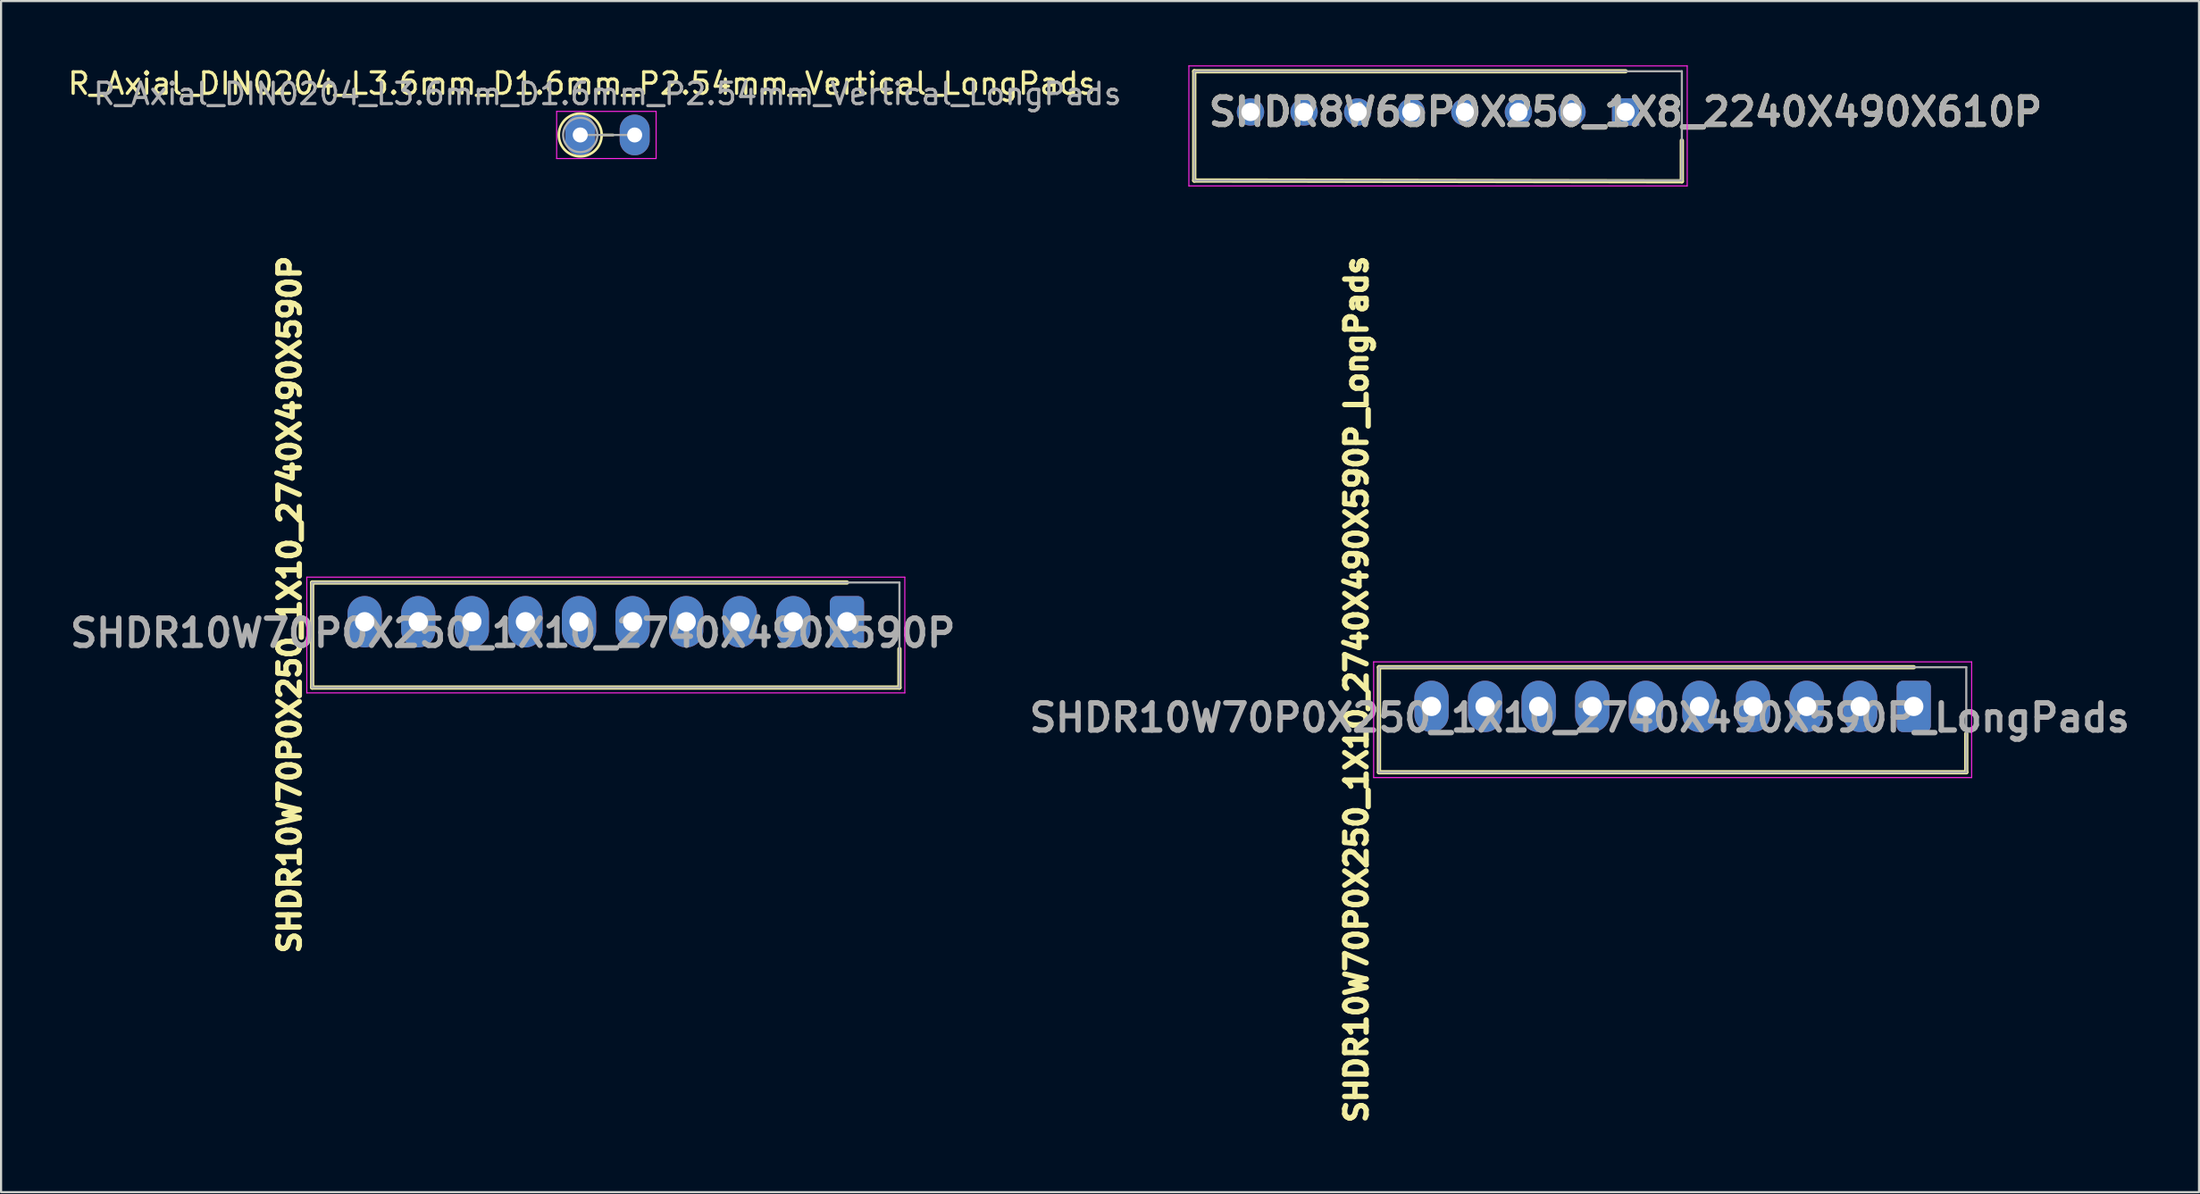
<source format=kicad_pcb>
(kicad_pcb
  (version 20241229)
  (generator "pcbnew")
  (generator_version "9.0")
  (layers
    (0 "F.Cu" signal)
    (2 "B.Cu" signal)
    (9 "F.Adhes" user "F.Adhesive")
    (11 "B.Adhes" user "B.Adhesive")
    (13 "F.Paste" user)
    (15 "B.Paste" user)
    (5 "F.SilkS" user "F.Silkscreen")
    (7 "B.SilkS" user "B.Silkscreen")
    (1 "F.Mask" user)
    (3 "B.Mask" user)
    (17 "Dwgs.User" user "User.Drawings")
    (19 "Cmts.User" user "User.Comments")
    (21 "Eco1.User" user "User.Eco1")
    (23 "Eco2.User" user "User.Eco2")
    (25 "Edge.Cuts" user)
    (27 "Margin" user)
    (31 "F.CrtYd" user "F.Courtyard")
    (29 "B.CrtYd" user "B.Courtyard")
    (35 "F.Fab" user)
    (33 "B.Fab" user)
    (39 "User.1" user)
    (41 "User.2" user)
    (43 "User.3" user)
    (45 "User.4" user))
  (footprint "SHDR10W70P0X250_1X10_2740X490X590P"
    (layer "F.Cu")
    (at 13.964 25.963)
    (property "Reference" "SHDR10W70P0X250_1X10_2740X490X590P" (at -3.5 -0.8 90) (layer "F.SilkS") (effects (font (size 1 1) (thickness 0.25))))
    (attr through_hole)
    (fp_line (start -2.45 -1.83) (end -2.45 3.07) (stroke (width 0.2) (type solid)) (layer "F.SilkS"))
    (fp_line (start -2.45 3.07) (end 24.95 3.07) (stroke (width 0.2) (type solid)) (layer "F.SilkS"))
    (fp_line (start 22.5 -1.83) (end -2.45 -1.83) (stroke (width 0.2) (type solid)) (layer "F.SilkS"))
    (fp_line (start 24.95 3.07) (end 24.95 1.27) (stroke (width 0.2) (type solid)) (layer "F.SilkS"))
    (fp_line (start -2.7 -2.08) (end 25.2 -2.08) (stroke (width 0.05) (type solid)) (layer "F.CrtYd"))
    (fp_line (start -2.7 3.32) (end -2.7 -2.08) (stroke (width 0.05) (type solid)) (layer "F.CrtYd"))
    (fp_line (start 25.2 -2.08) (end 25.2 3.32) (stroke (width 0.05) (type solid)) (layer "F.CrtYd"))
    (fp_line (start 25.2 3.32) (end -2.7 3.32) (stroke (width 0.05) (type solid)) (layer "F.CrtYd"))
    (fp_line (start -2.45 -1.83) (end 24.95 -1.83) (stroke (width 0.1) (type solid)) (layer "F.Fab"))
    (fp_line (start -2.45 3.07) (end -2.45 -1.83) (stroke (width 0.1) (type solid)) (layer "F.Fab"))
    (fp_line (start 24.95 -1.83) (end 24.95 3.07) (stroke (width 0.1) (type solid)) (layer "F.Fab"))
    (fp_line (start 24.95 3.07) (end -2.45 3.07) (stroke (width 0.1) (type solid)) (layer "F.Fab"))
    (fp_text user "${REFERENCE}" (at 6.912 0.526 0) (layer "F.Fab") (effects (font (size 1.27 1.27) (thickness 0.254))))
    (pad "1" thru_hole roundrect (at 22.5 0 180) (size 1.6 2.4) (drill 0.9) (layers "*.Cu" "*.Mask") (roundrect_rratio 0.185))
    (pad "2" thru_hole oval (at 20 0 180) (size 1.6 2.4) (drill 0.9) (layers "*.Cu" "*.Mask"))
    (pad "3" thru_hole oval (at 17.5 0 180) (size 1.6 2.4) (drill 0.9) (layers "*.Cu" "*.Mask"))
    (pad "4" thru_hole oval (at 15 0 180) (size 1.6 2.4) (drill 0.9) (layers "*.Cu" "*.Mask"))
    (pad "5" thru_hole oval (at 12.5 0 180) (size 1.6 2.4) (drill 0.9) (layers "*.Cu" "*.Mask"))
    (pad "6" thru_hole oval (at 10 0 180) (size 1.6 2.4) (drill 0.9) (layers "*.Cu" "*.Mask"))
    (pad "7" thru_hole oval (at 7.5 0 180) (size 1.6 2.4) (drill 0.9) (layers "*.Cu" "*.Mask"))
    (pad "8" thru_hole oval (at 5 0 180) (size 1.6 2.4) (drill 0.9) (layers "*.Cu" "*.Mask"))
    (pad "9" thru_hole oval (at 2.5 0 180) (size 1.6 2.4) (drill 0.9) (layers "*.Cu" "*.Mask"))
    (pad "10" thru_hole oval (at 0 0 180) (size 1.6 2.4) (drill 0.9) (layers "*.Cu" "*.Mask")))
  (footprint "R_Axial_DIN0204_L3.6mm_D1.6mm_P2.54mm_Vertical_LongPads"
    (layer "F.Cu")
    (at 24.021 3.248)
    (property "Reference" "R_Axial_DIN0204_L3.6mm_D1.6mm_P2.54mm_Vertical_LongPads" (at 0.08 -2.4 0) (layer "F.SilkS") (effects (font (size 1 1) (thickness 0.15))))
    (attr through_hole)
    (fp_line (start 1 0) (end 1.54 0) (stroke (width 0.12) (type solid)) (layer "F.SilkS"))
    (fp_circle (center 0 0) (end 1 0) (stroke (width 0.12) (type solid)) (fill no) (layer "F.SilkS"))
    (fp_line (start -1.1 -1.1) (end -1.1 1.1) (stroke (width 0.05) (type solid)) (layer "F.CrtYd"))
    (fp_line (start -1.1 1.1) (end 3.54 1.1) (stroke (width 0.05) (type solid)) (layer "F.CrtYd"))
    (fp_line (start 3.54 -1.1) (end -1.1 -1.1) (stroke (width 0.05) (type solid)) (layer "F.CrtYd"))
    (fp_line (start 3.54 1.1) (end 3.54 -1.1) (stroke (width 0.05) (type solid)) (layer "F.CrtYd"))
    (fp_line (start 0 0) (end 2.54 0) (stroke (width 0.1) (type solid)) (layer "F.Fab"))
    (fp_circle (center 0 0) (end 0.8 0) (stroke (width 0.1) (type solid)) (fill no) (layer "F.Fab"))
    (fp_text user "${REFERENCE}" (at 1.27 -1.92 180) (layer "F.Fab") (effects (font (size 1 1) (thickness 0.15))))
    (pad "1" thru_hole oval (at 0 0) (size 1.4 1.9) (drill 0.7) (layers "*.Cu" "*.Mask"))
    (pad "2" thru_hole oval (at 2.54 0) (size 1.4 1.9) (drill 0.7) (layers "*.Cu" "*.Mask")))
  (footprint "SHDR10W70P0X250_1X10_2740X490X590P_LongPads"
    (layer "F.Cu")
    (at 63.737 29.915)
    (property "Reference" "SHDR10W70P0X250_1X10_2740X490X590P_LongPads" (at -3.5 -0.8 90) (layer "F.SilkS") (effects (font (size 1 1) (thickness 0.25))))
    (attr through_hole)
    (fp_line (start -2.45 -1.83) (end -2.45 3.07) (stroke (width 0.2) (type solid)) (layer "F.SilkS"))
    (fp_line (start -2.45 3.07) (end 24.95 3.07) (stroke (width 0.2) (type solid)) (layer "F.SilkS"))
    (fp_line (start 22.5 -1.83) (end -2.45 -1.83) (stroke (width 0.2) (type solid)) (layer "F.SilkS"))
    (fp_line (start 24.95 3.07) (end 24.95 1.27) (stroke (width 0.2) (type solid)) (layer "F.SilkS"))
    (fp_line (start -2.7 -2.08) (end 25.2 -2.08) (stroke (width 0.05) (type solid)) (layer "F.CrtYd"))
    (fp_line (start -2.7 3.32) (end -2.7 -2.08) (stroke (width 0.05) (type solid)) (layer "F.CrtYd"))
    (fp_line (start 25.2 -2.08) (end 25.2 3.32) (stroke (width 0.05) (type solid)) (layer "F.CrtYd"))
    (fp_line (start 25.2 3.32) (end -2.7 3.32) (stroke (width 0.05) (type solid)) (layer "F.CrtYd"))
    (fp_line (start -2.45 -1.83) (end 24.95 -1.83) (stroke (width 0.1) (type solid)) (layer "F.Fab"))
    (fp_line (start -2.45 3.07) (end -2.45 -1.83) (stroke (width 0.1) (type solid)) (layer "F.Fab"))
    (fp_line (start 24.95 -1.83) (end 24.95 3.07) (stroke (width 0.1) (type solid)) (layer "F.Fab"))
    (fp_line (start 24.95 3.07) (end -2.45 3.07) (stroke (width 0.1) (type solid)) (layer "F.Fab"))
    (fp_text user "${REFERENCE}" (at 6.912 0.526 0) (layer "F.Fab") (effects (font (size 1.27 1.27) (thickness 0.254))))
    (pad "1" thru_hole roundrect (at 22.5 0 180) (size 1.6 2.4) (drill 0.9) (layers "*.Cu" "*.Mask") (roundrect_rratio 0.185))
    (pad "2" thru_hole oval (at 20 0 180) (size 1.6 2.4) (drill 0.9) (layers "*.Cu" "*.Mask"))
    (pad "3" thru_hole oval (at 17.5 0 180) (size 1.6 2.4) (drill 0.9) (layers "*.Cu" "*.Mask"))
    (pad "4" thru_hole oval (at 15 0 180) (size 1.6 2.4) (drill 0.9) (layers "*.Cu" "*.Mask"))
    (pad "5" thru_hole oval (at 12.5 0 180) (size 1.6 2.4) (drill 0.9) (layers "*.Cu" "*.Mask"))
    (pad "6" thru_hole oval (at 10 0 180) (size 1.6 2.4) (drill 0.9) (layers "*.Cu" "*.Mask"))
    (pad "7" thru_hole oval (at 7.5 0 180) (size 1.6 2.4) (drill 0.9) (layers "*.Cu" "*.Mask"))
    (pad "8" thru_hole oval (at 5 0 180) (size 1.6 2.4) (drill 0.9) (layers "*.Cu" "*.Mask"))
    (pad "9" thru_hole oval (at 2.5 0 180) (size 1.6 2.4) (drill 0.9) (layers "*.Cu" "*.Mask"))
    (pad "10" thru_hole oval (at 0 0 180) (size 1.6 2.4) (drill 0.9) (layers "*.Cu" "*.Mask")))
  (footprint "SHDR8W65P0X250_1X8_2240X490X610P"
    (layer "F.Cu")
    (at 72.792 2.175)
    (property "Reference" "SHDR8W65P0X250_1X8_2240X490X610P" (at 0 0 0) (layer "F.SilkS") (effects (font (size 1.27 1.27) (thickness 0.254))))
    (attr through_hole)
    (fp_line (start -20.125 -1.9) (end 0 -1.9) (stroke (width 0.2) (type solid)) (layer "F.SilkS"))
    (fp_line (start -20.125 3.2) (end -20.125 -1.9) (stroke (width 0.2) (type solid)) (layer "F.SilkS"))
    (fp_line (start 2.625 1.336) (end 2.625 3.236) (stroke (width 0.2) (type solid)) (layer "F.SilkS"))
    (fp_line (start 2.625 3.236) (end -20.125 3.2) (stroke (width 0.2) (type solid)) (layer "F.SilkS"))
    (fp_line (start -20.375 -2.15) (end 2.875 -2.15) (stroke (width 0.05) (type solid)) (layer "F.CrtYd"))
    (fp_line (start -20.375 3.45) (end -20.375 -2.15) (stroke (width 0.05) (type solid)) (layer "F.CrtYd"))
    (fp_line (start 2.875 -2.15) (end 2.875 3.45) (stroke (width 0.05) (type solid)) (layer "F.CrtYd"))
    (fp_line (start 2.875 3.45) (end -20.375 3.45) (stroke (width 0.05) (type solid)) (layer "F.CrtYd"))
    (fp_line (start -20.125 -1.9) (end 2.625 -1.9) (stroke (width 0.1) (type solid)) (layer "F.Fab"))
    (fp_line (start -20.125 3.2) (end -20.125 -1.9) (stroke (width 0.1) (type solid)) (layer "F.Fab"))
    (fp_line (start 2.625 -1.9) (end 2.625 3.2) (stroke (width 0.1) (type solid)) (layer "F.Fab"))
    (fp_line (start 2.625 3.2) (end -20.125 3.2) (stroke (width 0.1) (type solid)) (layer "F.Fab"))
    (fp_text user "${REFERENCE}" (at 0 0 0) (layer "F.Fab") (effects (font (size 1.27 1.27) (thickness 0.254))))
    (pad "1" thru_hole rect (at 0 0) (size 1.275 1.275) (drill 0.85) (layers "*.Cu" "*.Mask"))
    (pad "2" thru_hole circle (at -2.5 0) (size 1.275 1.275) (drill 0.85) (layers "*.Cu" "*.Mask"))
    (pad "3" thru_hole circle (at -5 0) (size 1.275 1.275) (drill 0.85) (layers "*.Cu" "*.Mask"))
    (pad "4" thru_hole circle (at -7.5 0) (size 1.275 1.275) (drill 0.85) (layers "*.Cu" "*.Mask"))
    (pad "5" thru_hole circle (at -10 0) (size 1.275 1.275) (drill 0.85) (layers "*.Cu" "*.Mask"))
    (pad "6" thru_hole circle (at -12.5 0) (size 1.275 1.275) (drill 0.85) (layers "*.Cu" "*.Mask"))
    (pad "7" thru_hole circle (at -15 0) (size 1.275 1.275) (drill 0.85) (layers "*.Cu" "*.Mask"))
    (pad "8" thru_hole circle (at -17.5 0) (size 1.275 1.275) (drill 0.85) (layers "*.Cu" "*.Mask")))
  (gr_rect
    (start -3 -3)
    (end 99.545 52.581)
    (stroke (width 0.1) (type default))
    (fill no)
    (layer "Edge.Cuts")))
</source>
